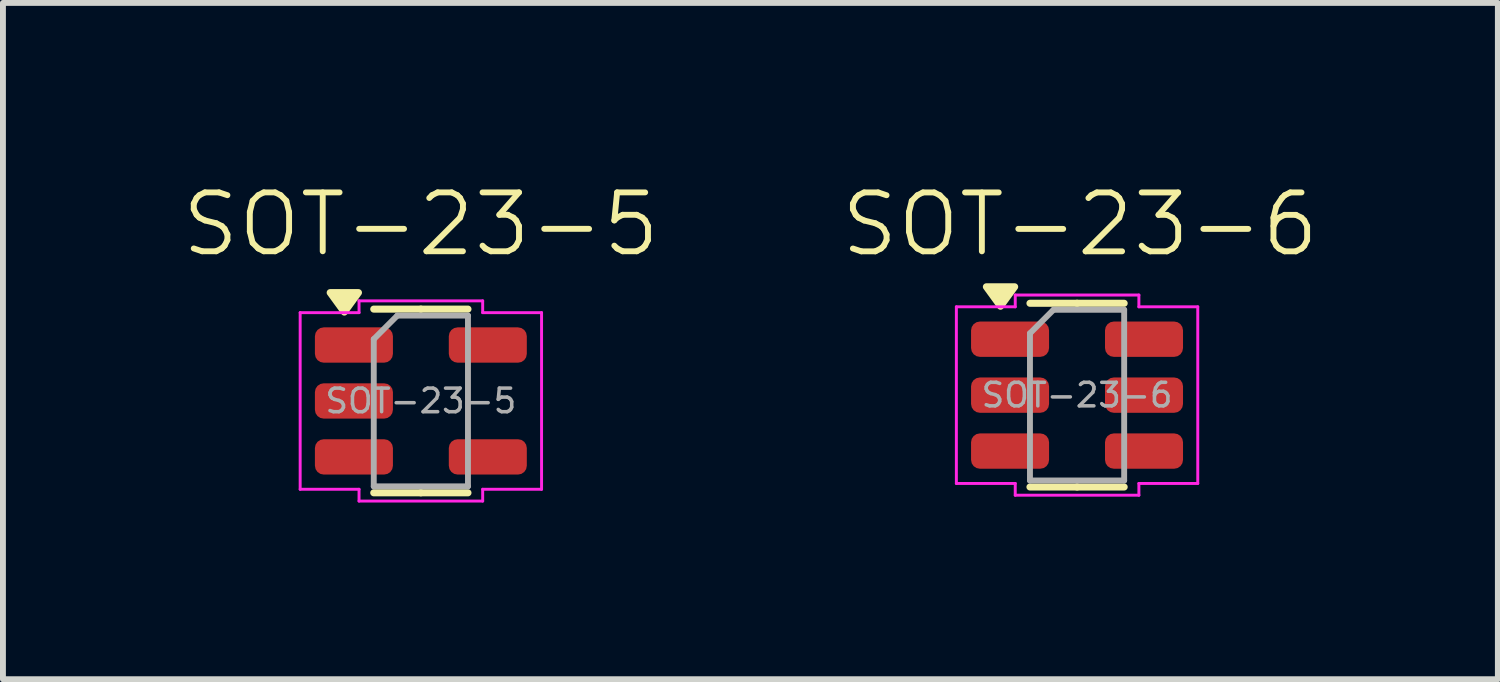
<source format=kicad_pcb>
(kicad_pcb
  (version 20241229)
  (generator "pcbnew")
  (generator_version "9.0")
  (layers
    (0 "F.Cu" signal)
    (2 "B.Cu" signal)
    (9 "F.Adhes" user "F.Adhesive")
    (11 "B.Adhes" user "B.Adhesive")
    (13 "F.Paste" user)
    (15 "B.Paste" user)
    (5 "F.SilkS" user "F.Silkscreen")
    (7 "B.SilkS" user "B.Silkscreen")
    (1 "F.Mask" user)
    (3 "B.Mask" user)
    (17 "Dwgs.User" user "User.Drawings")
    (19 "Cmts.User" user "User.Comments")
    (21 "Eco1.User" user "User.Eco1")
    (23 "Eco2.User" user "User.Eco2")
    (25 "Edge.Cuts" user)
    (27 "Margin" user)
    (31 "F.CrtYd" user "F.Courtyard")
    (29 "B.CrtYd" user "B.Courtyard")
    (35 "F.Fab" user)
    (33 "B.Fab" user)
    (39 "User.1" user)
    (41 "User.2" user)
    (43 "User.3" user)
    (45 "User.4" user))
  (footprint "SOT-23-5"
    (layer "F.Cu")
    (at 4.098 3.76)
    (property "Reference" "SOT-23-5" (at 0 -3 0) (unlocked yes) (layer "F.SilkS") (effects (font (size 1 1) (thickness 0.1))))
    (attr smd)
    (fp_line (start 0 -1.56) (end -0.8 -1.56) (stroke (width 0.12) (type solid)) (layer "F.SilkS"))
    (fp_line (start 0 -1.56) (end 0.8 -1.56) (stroke (width 0.12) (type solid)) (layer "F.SilkS"))
    (fp_line (start 0 1.56) (end -0.8 1.56) (stroke (width 0.12) (type solid)) (layer "F.SilkS"))
    (fp_line (start 0 1.56) (end 0.8 1.56) (stroke (width 0.12) (type solid)) (layer "F.SilkS"))
    (fp_poly (pts (xy -1.3 -1.51) (xy -1.54 -1.84) (xy -1.06 -1.84)) (stroke (width 0.12) (type solid)) (fill yes) (layer "F.SilkS"))
    (fp_line (start -2.05 -1.5) (end -1.05 -1.5) (stroke (width 0.05) (type solid)) (layer "F.CrtYd"))
    (fp_line (start -2.05 1.5) (end -2.05 -1.5) (stroke (width 0.05) (type solid)) (layer "F.CrtYd"))
    (fp_line (start -1.05 -1.7) (end 1.05 -1.7) (stroke (width 0.05) (type solid)) (layer "F.CrtYd"))
    (fp_line (start -1.05 -1.5) (end -1.05 -1.7) (stroke (width 0.05) (type solid)) (layer "F.CrtYd"))
    (fp_line (start -1.05 1.5) (end -2.05 1.5) (stroke (width 0.05) (type solid)) (layer "F.CrtYd"))
    (fp_line (start -1.05 1.7) (end -1.05 1.5) (stroke (width 0.05) (type solid)) (layer "F.CrtYd"))
    (fp_line (start 1.05 -1.7) (end 1.05 -1.5) (stroke (width 0.05) (type solid)) (layer "F.CrtYd"))
    (fp_line (start 1.05 -1.5) (end 2.05 -1.5) (stroke (width 0.05) (type solid)) (layer "F.CrtYd"))
    (fp_line (start 1.05 1.5) (end 1.05 1.7) (stroke (width 0.05) (type solid)) (layer "F.CrtYd"))
    (fp_line (start 1.05 1.7) (end -1.05 1.7) (stroke (width 0.05) (type solid)) (layer "F.CrtYd"))
    (fp_line (start 2.05 -1.5) (end 2.05 1.5) (stroke (width 0.05) (type solid)) (layer "F.CrtYd"))
    (fp_line (start 2.05 1.5) (end 1.05 1.5) (stroke (width 0.05) (type solid)) (layer "F.CrtYd"))
    (fp_line (start -0.8 -1.05) (end -0.4 -1.45) (stroke (width 0.1) (type solid)) (layer "F.Fab"))
    (fp_line (start -0.8 1.45) (end -0.8 -1.05) (stroke (width 0.1) (type solid)) (layer "F.Fab"))
    (fp_line (start -0.4 -1.45) (end 0.8 -1.45) (stroke (width 0.1) (type solid)) (layer "F.Fab"))
    (fp_line (start 0.8 -1.45) (end 0.8 1.45) (stroke (width 0.1) (type solid)) (layer "F.Fab"))
    (fp_line (start 0.8 1.45) (end -0.8 1.45) (stroke (width 0.1) (type solid)) (layer "F.Fab"))
    (fp_text user "${REFERENCE}" (at 0 0 0) (layer "F.Fab") (effects (font (size 0.4 0.4) (thickness 0.06))))
    (pad "1" smd roundrect (at -1.137 -0.95) (size 1.325 0.6) (layers "F.Cu" "F.Mask" "F.Paste") (roundrect_rratio 0.25))
    (pad "2" smd roundrect (at -1.137 0) (size 1.325 0.6) (layers "F.Cu" "F.Mask" "F.Paste") (roundrect_rratio 0.25))
    (pad "3" smd roundrect (at -1.137 0.95) (size 1.325 0.6) (layers "F.Cu" "F.Mask" "F.Paste") (roundrect_rratio 0.25))
    (pad "4" smd roundrect (at 1.137 0.95) (size 1.325 0.6) (layers "F.Cu" "F.Mask" "F.Paste") (roundrect_rratio 0.25))
    (pad "5" smd roundrect (at 1.137 -0.95) (size 1.325 0.6) (layers "F.Cu" "F.Mask" "F.Paste") (roundrect_rratio 0.25)))
  (footprint "SOT-23-6"
    (layer "F.Cu")
    (at 15.293 3.561)
    (property "Reference" "SOT-23-6" (at 0 -2.8 0) (unlocked yes) (layer "F.SilkS") (effects (font (size 1 1) (thickness 0.1))))
    (attr smd)
    (fp_line (start -0.05 -1.46) (end -0.85 -1.46) (stroke (width 0.12) (type solid)) (layer "F.SilkS"))
    (fp_line (start -0.05 -1.46) (end 0.75 -1.46) (stroke (width 0.12) (type solid)) (layer "F.SilkS"))
    (fp_line (start -0.05 1.66) (end -0.85 1.66) (stroke (width 0.12) (type solid)) (layer "F.SilkS"))
    (fp_line (start -0.05 1.66) (end 0.75 1.66) (stroke (width 0.12) (type solid)) (layer "F.SilkS"))
    (fp_poly (pts (xy -1.35 -1.41) (xy -1.59 -1.74) (xy -1.11 -1.74)) (stroke (width 0.12) (type solid)) (fill yes) (layer "F.SilkS"))
    (fp_line (start -2.1 -1.4) (end -1.1 -1.4) (stroke (width 0.05) (type solid)) (layer "F.CrtYd"))
    (fp_line (start -2.1 1.6) (end -2.1 -1.4) (stroke (width 0.05) (type solid)) (layer "F.CrtYd"))
    (fp_line (start -1.1 -1.6) (end 1 -1.6) (stroke (width 0.05) (type solid)) (layer "F.CrtYd"))
    (fp_line (start -1.1 -1.4) (end -1.1 -1.6) (stroke (width 0.05) (type solid)) (layer "F.CrtYd"))
    (fp_line (start -1.1 1.6) (end -2.1 1.6) (stroke (width 0.05) (type solid)) (layer "F.CrtYd"))
    (fp_line (start -1.1 1.8) (end -1.1 1.6) (stroke (width 0.05) (type solid)) (layer "F.CrtYd"))
    (fp_line (start 1 -1.6) (end 1 -1.4) (stroke (width 0.05) (type solid)) (layer "F.CrtYd"))
    (fp_line (start 1 -1.4) (end 2 -1.4) (stroke (width 0.05) (type solid)) (layer "F.CrtYd"))
    (fp_line (start 1 1.6) (end 1 1.8) (stroke (width 0.05) (type solid)) (layer "F.CrtYd"))
    (fp_line (start 1 1.8) (end -1.1 1.8) (stroke (width 0.05) (type solid)) (layer "F.CrtYd"))
    (fp_line (start 2 -1.4) (end 2 1.6) (stroke (width 0.05) (type solid)) (layer "F.CrtYd"))
    (fp_line (start 2 1.6) (end 1 1.6) (stroke (width 0.05) (type solid)) (layer "F.CrtYd"))
    (fp_line (start -0.85 -0.95) (end -0.45 -1.35) (stroke (width 0.1) (type solid)) (layer "F.Fab"))
    (fp_line (start -0.85 1.55) (end -0.85 -0.95) (stroke (width 0.1) (type solid)) (layer "F.Fab"))
    (fp_line (start -0.45 -1.35) (end 0.75 -1.35) (stroke (width 0.1) (type solid)) (layer "F.Fab"))
    (fp_line (start 0.75 -1.35) (end 0.75 1.55) (stroke (width 0.1) (type solid)) (layer "F.Fab"))
    (fp_line (start 0.75 1.55) (end -0.85 1.55) (stroke (width 0.1) (type solid)) (layer "F.Fab"))
    (fp_text user "${REFERENCE}" (at -0.05 0.1 0) (layer "F.Fab") (effects (font (size 0.4 0.4) (thickness 0.06))))
    (pad "1" smd roundrect (at -1.188 -0.85) (size 1.325 0.6) (layers "F.Cu" "F.Mask" "F.Paste") (roundrect_rratio 0.25))
    (pad "2" smd roundrect (at -1.188 0.1) (size 1.325 0.6) (layers "F.Cu" "F.Mask" "F.Paste") (roundrect_rratio 0.25))
    (pad "3" smd roundrect (at -1.188 1.05) (size 1.325 0.6) (layers "F.Cu" "F.Mask" "F.Paste") (roundrect_rratio 0.25))
    (pad "4" smd roundrect (at 1.087 1.05) (size 1.325 0.6) (layers "F.Cu" "F.Mask" "F.Paste") (roundrect_rratio 0.25))
    (pad "5" smd roundrect (at 1.087 0.1) (size 1.325 0.6) (layers "F.Cu" "F.Mask" "F.Paste") (roundrect_rratio 0.25))
    (pad "6" smd roundrect (at 1.087 -0.85) (size 1.325 0.6) (layers "F.Cu" "F.Mask" "F.Paste") (roundrect_rratio 0.25)))
  (gr_rect
    (start -3 -3)
    (end 22.39 8.486)
    (stroke (width 0.1) (type default))
    (fill no)
    (layer "Edge.Cuts")))
</source>
